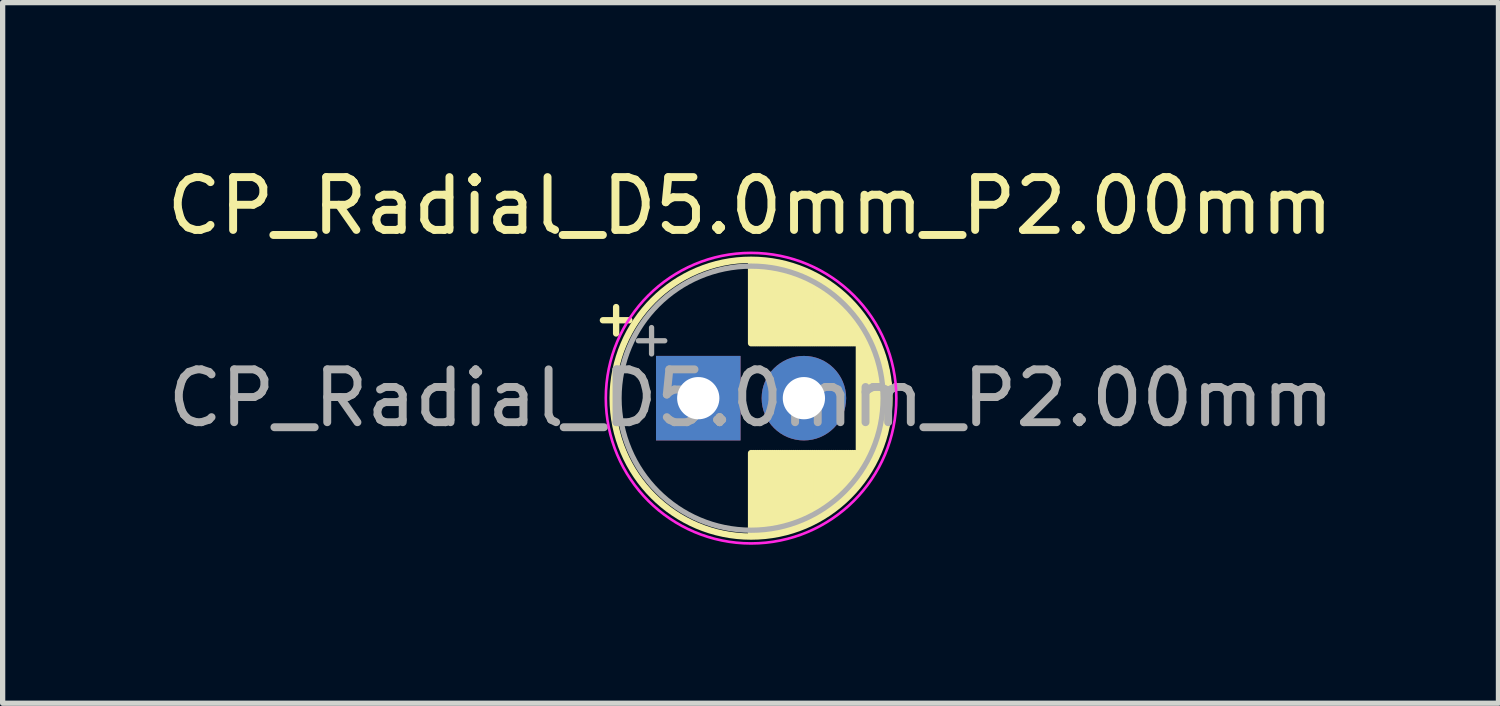
<source format=kicad_pcb>
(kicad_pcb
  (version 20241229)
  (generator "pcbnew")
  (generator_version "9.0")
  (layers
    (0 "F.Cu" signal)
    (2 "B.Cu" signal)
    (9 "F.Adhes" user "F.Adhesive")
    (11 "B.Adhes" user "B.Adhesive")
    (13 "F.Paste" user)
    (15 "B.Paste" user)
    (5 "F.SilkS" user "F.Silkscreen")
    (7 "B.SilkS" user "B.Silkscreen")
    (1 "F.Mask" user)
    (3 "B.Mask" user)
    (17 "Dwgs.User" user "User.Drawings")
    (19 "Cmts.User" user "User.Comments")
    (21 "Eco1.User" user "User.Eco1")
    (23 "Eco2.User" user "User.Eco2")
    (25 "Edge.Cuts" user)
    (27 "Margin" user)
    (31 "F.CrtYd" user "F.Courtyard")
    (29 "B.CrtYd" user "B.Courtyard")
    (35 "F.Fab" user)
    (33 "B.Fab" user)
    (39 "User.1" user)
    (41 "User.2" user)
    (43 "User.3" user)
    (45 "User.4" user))
  (footprint "CP_Radial_D5.0mm_P2.00mm"
    (layer "F.Cu")
    (at 10.169 4.488)
    (property "Reference" "CP_Radial_D5.0mm_P2.00mm" (at 0.98 -3.64 0) (layer "F.SilkS") (effects (font (size 1 1) (thickness 0.15))))
    (attr through_hole)
    (fp_line (start -1.805 -1.475) (end -1.305 -1.475) (stroke (width 0.12) (type solid)) (layer "F.SilkS"))
    (fp_line (start -1.555 -1.725) (end -1.555 -1.225) (stroke (width 0.12) (type solid)) (layer "F.SilkS"))
    (fp_line (start 1 -2.58) (end 1 -1.04) (stroke (width 0.12) (type solid)) (layer "F.SilkS"))
    (fp_line (start 1 1.04) (end 1 2.58) (stroke (width 0.12) (type solid)) (layer "F.SilkS"))
    (fp_line (start 1.04 -2.58) (end 1.04 -1.04) (stroke (width 0.12) (type solid)) (layer "F.SilkS"))
    (fp_line (start 1.04 1.04) (end 1.04 2.58) (stroke (width 0.12) (type solid)) (layer "F.SilkS"))
    (fp_line (start 1.08 -2.579) (end 1.08 -1.04) (stroke (width 0.12) (type solid)) (layer "F.SilkS"))
    (fp_line (start 1.08 1.04) (end 1.08 2.579) (stroke (width 0.12) (type solid)) (layer "F.SilkS"))
    (fp_line (start 1.12 -2.578) (end 1.12 -1.04) (stroke (width 0.12) (type solid)) (layer "F.SilkS"))
    (fp_line (start 1.12 1.04) (end 1.12 2.578) (stroke (width 0.12) (type solid)) (layer "F.SilkS"))
    (fp_line (start 1.16 -2.576) (end 1.16 -1.04) (stroke (width 0.12) (type solid)) (layer "F.SilkS"))
    (fp_line (start 1.16 1.04) (end 1.16 2.576) (stroke (width 0.12) (type solid)) (layer "F.SilkS"))
    (fp_line (start 1.2 -2.573) (end 1.2 -1.04) (stroke (width 0.12) (type solid)) (layer "F.SilkS"))
    (fp_line (start 1.2 1.04) (end 1.2 2.573) (stroke (width 0.12) (type solid)) (layer "F.SilkS"))
    (fp_line (start 1.24 -2.569) (end 1.24 -1.04) (stroke (width 0.12) (type solid)) (layer "F.SilkS"))
    (fp_line (start 1.24 1.04) (end 1.24 2.569) (stroke (width 0.12) (type solid)) (layer "F.SilkS"))
    (fp_line (start 1.28 -2.565) (end 1.28 -1.04) (stroke (width 0.12) (type solid)) (layer "F.SilkS"))
    (fp_line (start 1.28 1.04) (end 1.28 2.565) (stroke (width 0.12) (type solid)) (layer "F.SilkS"))
    (fp_line (start 1.32 -2.561) (end 1.32 -1.04) (stroke (width 0.12) (type solid)) (layer "F.SilkS"))
    (fp_line (start 1.32 1.04) (end 1.32 2.561) (stroke (width 0.12) (type solid)) (layer "F.SilkS"))
    (fp_line (start 1.36 -2.556) (end 1.36 -1.04) (stroke (width 0.12) (type solid)) (layer "F.SilkS"))
    (fp_line (start 1.36 1.04) (end 1.36 2.556) (stroke (width 0.12) (type solid)) (layer "F.SilkS"))
    (fp_line (start 1.4 -2.55) (end 1.4 -1.04) (stroke (width 0.12) (type solid)) (layer "F.SilkS"))
    (fp_line (start 1.4 1.04) (end 1.4 2.55) (stroke (width 0.12) (type solid)) (layer "F.SilkS"))
    (fp_line (start 1.44 -2.543) (end 1.44 -1.04) (stroke (width 0.12) (type solid)) (layer "F.SilkS"))
    (fp_line (start 1.44 1.04) (end 1.44 2.543) (stroke (width 0.12) (type solid)) (layer "F.SilkS"))
    (fp_line (start 1.48 -2.536) (end 1.48 -1.04) (stroke (width 0.12) (type solid)) (layer "F.SilkS"))
    (fp_line (start 1.48 1.04) (end 1.48 2.536) (stroke (width 0.12) (type solid)) (layer "F.SilkS"))
    (fp_line (start 1.52 -2.528) (end 1.52 -1.04) (stroke (width 0.12) (type solid)) (layer "F.SilkS"))
    (fp_line (start 1.52 1.04) (end 1.52 2.528) (stroke (width 0.12) (type solid)) (layer "F.SilkS"))
    (fp_line (start 1.56 -2.52) (end 1.56 -1.04) (stroke (width 0.12) (type solid)) (layer "F.SilkS"))
    (fp_line (start 1.56 1.04) (end 1.56 2.52) (stroke (width 0.12) (type solid)) (layer "F.SilkS"))
    (fp_line (start 1.6 -2.511) (end 1.6 -1.04) (stroke (width 0.12) (type solid)) (layer "F.SilkS"))
    (fp_line (start 1.6 1.04) (end 1.6 2.511) (stroke (width 0.12) (type solid)) (layer "F.SilkS"))
    (fp_line (start 1.64 -2.501) (end 1.64 -1.04) (stroke (width 0.12) (type solid)) (layer "F.SilkS"))
    (fp_line (start 1.64 1.04) (end 1.64 2.501) (stroke (width 0.12) (type solid)) (layer "F.SilkS"))
    (fp_line (start 1.68 -2.491) (end 1.68 -1.04) (stroke (width 0.12) (type solid)) (layer "F.SilkS"))
    (fp_line (start 1.68 1.04) (end 1.68 2.491) (stroke (width 0.12) (type solid)) (layer "F.SilkS"))
    (fp_line (start 1.721 -2.48) (end 1.721 -1.04) (stroke (width 0.12) (type solid)) (layer "F.SilkS"))
    (fp_line (start 1.721 1.04) (end 1.721 2.48) (stroke (width 0.12) (type solid)) (layer "F.SilkS"))
    (fp_line (start 1.761 -2.468) (end 1.761 -1.04) (stroke (width 0.12) (type solid)) (layer "F.SilkS"))
    (fp_line (start 1.761 1.04) (end 1.761 2.468) (stroke (width 0.12) (type solid)) (layer "F.SilkS"))
    (fp_line (start 1.801 -2.455) (end 1.801 -1.04) (stroke (width 0.12) (type solid)) (layer "F.SilkS"))
    (fp_line (start 1.801 1.04) (end 1.801 2.455) (stroke (width 0.12) (type solid)) (layer "F.SilkS"))
    (fp_line (start 1.841 -2.442) (end 1.841 -1.04) (stroke (width 0.12) (type solid)) (layer "F.SilkS"))
    (fp_line (start 1.841 1.04) (end 1.841 2.442) (stroke (width 0.12) (type solid)) (layer "F.SilkS"))
    (fp_line (start 1.881 -2.428) (end 1.881 -1.04) (stroke (width 0.12) (type solid)) (layer "F.SilkS"))
    (fp_line (start 1.881 1.04) (end 1.881 2.428) (stroke (width 0.12) (type solid)) (layer "F.SilkS"))
    (fp_line (start 1.921 -2.414) (end 1.921 -1.04) (stroke (width 0.12) (type solid)) (layer "F.SilkS"))
    (fp_line (start 1.921 1.04) (end 1.921 2.414) (stroke (width 0.12) (type solid)) (layer "F.SilkS"))
    (fp_line (start 1.961 -2.398) (end 1.961 -1.04) (stroke (width 0.12) (type solid)) (layer "F.SilkS"))
    (fp_line (start 1.961 1.04) (end 1.961 2.398) (stroke (width 0.12) (type solid)) (layer "F.SilkS"))
    (fp_line (start 2.001 -2.382) (end 2.001 -1.04) (stroke (width 0.12) (type solid)) (layer "F.SilkS"))
    (fp_line (start 2.001 1.04) (end 2.001 2.382) (stroke (width 0.12) (type solid)) (layer "F.SilkS"))
    (fp_line (start 2.041 -2.365) (end 2.041 -1.04) (stroke (width 0.12) (type solid)) (layer "F.SilkS"))
    (fp_line (start 2.041 1.04) (end 2.041 2.365) (stroke (width 0.12) (type solid)) (layer "F.SilkS"))
    (fp_line (start 2.081 -2.348) (end 2.081 -1.04) (stroke (width 0.12) (type solid)) (layer "F.SilkS"))
    (fp_line (start 2.081 1.04) (end 2.081 2.348) (stroke (width 0.12) (type solid)) (layer "F.SilkS"))
    (fp_line (start 2.121 -2.329) (end 2.121 -1.04) (stroke (width 0.12) (type solid)) (layer "F.SilkS"))
    (fp_line (start 2.121 1.04) (end 2.121 2.329) (stroke (width 0.12) (type solid)) (layer "F.SilkS"))
    (fp_line (start 2.161 -2.31) (end 2.161 -1.04) (stroke (width 0.12) (type solid)) (layer "F.SilkS"))
    (fp_line (start 2.161 1.04) (end 2.161 2.31) (stroke (width 0.12) (type solid)) (layer "F.SilkS"))
    (fp_line (start 2.201 -2.29) (end 2.201 -1.04) (stroke (width 0.12) (type solid)) (layer "F.SilkS"))
    (fp_line (start 2.201 1.04) (end 2.201 2.29) (stroke (width 0.12) (type solid)) (layer "F.SilkS"))
    (fp_line (start 2.241 -2.268) (end 2.241 -1.04) (stroke (width 0.12) (type solid)) (layer "F.SilkS"))
    (fp_line (start 2.241 1.04) (end 2.241 2.268) (stroke (width 0.12) (type solid)) (layer "F.SilkS"))
    (fp_line (start 2.281 -2.247) (end 2.281 -1.04) (stroke (width 0.12) (type solid)) (layer "F.SilkS"))
    (fp_line (start 2.281 1.04) (end 2.281 2.247) (stroke (width 0.12) (type solid)) (layer "F.SilkS"))
    (fp_line (start 2.321 -2.224) (end 2.321 -1.04) (stroke (width 0.12) (type solid)) (layer "F.SilkS"))
    (fp_line (start 2.321 1.04) (end 2.321 2.224) (stroke (width 0.12) (type solid)) (layer "F.SilkS"))
    (fp_line (start 2.361 -2.2) (end 2.361 -1.04) (stroke (width 0.12) (type solid)) (layer "F.SilkS"))
    (fp_line (start 2.361 1.04) (end 2.361 2.2) (stroke (width 0.12) (type solid)) (layer "F.SilkS"))
    (fp_line (start 2.401 -2.175) (end 2.401 -1.04) (stroke (width 0.12) (type solid)) (layer "F.SilkS"))
    (fp_line (start 2.401 1.04) (end 2.401 2.175) (stroke (width 0.12) (type solid)) (layer "F.SilkS"))
    (fp_line (start 2.441 -2.149) (end 2.441 -1.04) (stroke (width 0.12) (type solid)) (layer "F.SilkS"))
    (fp_line (start 2.441 1.04) (end 2.441 2.149) (stroke (width 0.12) (type solid)) (layer "F.SilkS"))
    (fp_line (start 2.481 -2.122) (end 2.481 -1.04) (stroke (width 0.12) (type solid)) (layer "F.SilkS"))
    (fp_line (start 2.481 1.04) (end 2.481 2.122) (stroke (width 0.12) (type solid)) (layer "F.SilkS"))
    (fp_line (start 2.521 -2.095) (end 2.521 -1.04) (stroke (width 0.12) (type solid)) (layer "F.SilkS"))
    (fp_line (start 2.521 1.04) (end 2.521 2.095) (stroke (width 0.12) (type solid)) (layer "F.SilkS"))
    (fp_line (start 2.561 -2.065) (end 2.561 -1.04) (stroke (width 0.12) (type solid)) (layer "F.SilkS"))
    (fp_line (start 2.561 1.04) (end 2.561 2.065) (stroke (width 0.12) (type solid)) (layer "F.SilkS"))
    (fp_line (start 2.601 -2.035) (end 2.601 -1.04) (stroke (width 0.12) (type solid)) (layer "F.SilkS"))
    (fp_line (start 2.601 1.04) (end 2.601 2.035) (stroke (width 0.12) (type solid)) (layer "F.SilkS"))
    (fp_line (start 2.641 -2.004) (end 2.641 -1.04) (stroke (width 0.12) (type solid)) (layer "F.SilkS"))
    (fp_line (start 2.641 1.04) (end 2.641 2.004) (stroke (width 0.12) (type solid)) (layer "F.SilkS"))
    (fp_line (start 2.681 -1.971) (end 2.681 -1.04) (stroke (width 0.12) (type solid)) (layer "F.SilkS"))
    (fp_line (start 2.681 1.04) (end 2.681 1.971) (stroke (width 0.12) (type solid)) (layer "F.SilkS"))
    (fp_line (start 2.721 -1.937) (end 2.721 -1.04) (stroke (width 0.12) (type solid)) (layer "F.SilkS"))
    (fp_line (start 2.721 1.04) (end 2.721 1.937) (stroke (width 0.12) (type solid)) (layer "F.SilkS"))
    (fp_line (start 2.761 -1.901) (end 2.761 -1.04) (stroke (width 0.12) (type solid)) (layer "F.SilkS"))
    (fp_line (start 2.761 1.04) (end 2.761 1.901) (stroke (width 0.12) (type solid)) (layer "F.SilkS"))
    (fp_line (start 2.801 -1.864) (end 2.801 -1.04) (stroke (width 0.12) (type solid)) (layer "F.SilkS"))
    (fp_line (start 2.801 1.04) (end 2.801 1.864) (stroke (width 0.12) (type solid)) (layer "F.SilkS"))
    (fp_line (start 2.841 -1.826) (end 2.841 -1.04) (stroke (width 0.12) (type solid)) (layer "F.SilkS"))
    (fp_line (start 2.841 1.04) (end 2.841 1.826) (stroke (width 0.12) (type solid)) (layer "F.SilkS"))
    (fp_line (start 2.881 -1.785) (end 2.881 -1.04) (stroke (width 0.12) (type solid)) (layer "F.SilkS"))
    (fp_line (start 2.881 1.04) (end 2.881 1.785) (stroke (width 0.12) (type solid)) (layer "F.SilkS"))
    (fp_line (start 2.921 -1.743) (end 2.921 -1.04) (stroke (width 0.12) (type solid)) (layer "F.SilkS"))
    (fp_line (start 2.921 1.04) (end 2.921 1.743) (stroke (width 0.12) (type solid)) (layer "F.SilkS"))
    (fp_line (start 2.961 -1.699) (end 2.961 -1.04) (stroke (width 0.12) (type solid)) (layer "F.SilkS"))
    (fp_line (start 2.961 1.04) (end 2.961 1.699) (stroke (width 0.12) (type solid)) (layer "F.SilkS"))
    (fp_line (start 3.001 -1.653) (end 3.001 -1.04) (stroke (width 0.12) (type solid)) (layer "F.SilkS"))
    (fp_line (start 3.001 1.04) (end 3.001 1.653) (stroke (width 0.12) (type solid)) (layer "F.SilkS"))
    (fp_line (start 3.041 -1.605) (end 3.041 1.605) (stroke (width 0.12) (type solid)) (layer "F.SilkS"))
    (fp_line (start 3.081 -1.554) (end 3.081 1.554) (stroke (width 0.12) (type solid)) (layer "F.SilkS"))
    (fp_line (start 3.121 -1.5) (end 3.121 1.5) (stroke (width 0.12) (type solid)) (layer "F.SilkS"))
    (fp_line (start 3.161 -1.443) (end 3.161 1.443) (stroke (width 0.12) (type solid)) (layer "F.SilkS"))
    (fp_line (start 3.201 -1.383) (end 3.201 1.383) (stroke (width 0.12) (type solid)) (layer "F.SilkS"))
    (fp_line (start 3.241 -1.319) (end 3.241 1.319) (stroke (width 0.12) (type solid)) (layer "F.SilkS"))
    (fp_line (start 3.281 -1.251) (end 3.281 1.251) (stroke (width 0.12) (type solid)) (layer "F.SilkS"))
    (fp_line (start 3.321 -1.178) (end 3.321 1.178) (stroke (width 0.12) (type solid)) (layer "F.SilkS"))
    (fp_line (start 3.361 -1.098) (end 3.361 1.098) (stroke (width 0.12) (type solid)) (layer "F.SilkS"))
    (fp_line (start 3.401 -1.011) (end 3.401 1.011) (stroke (width 0.12) (type solid)) (layer "F.SilkS"))
    (fp_line (start 3.441 -0.915) (end 3.441 0.915) (stroke (width 0.12) (type solid)) (layer "F.SilkS"))
    (fp_line (start 3.481 -0.805) (end 3.481 0.805) (stroke (width 0.12) (type solid)) (layer "F.SilkS"))
    (fp_line (start 3.521 -0.677) (end 3.521 0.677) (stroke (width 0.12) (type solid)) (layer "F.SilkS"))
    (fp_line (start 3.561 -0.518) (end 3.561 0.518) (stroke (width 0.12) (type solid)) (layer "F.SilkS"))
    (fp_line (start 3.601 -0.284) (end 3.601 0.284) (stroke (width 0.12) (type solid)) (layer "F.SilkS"))
    (fp_circle (center 1 0) (end 3.62 0) (stroke (width 0.12) (type solid)) (fill no) (layer "F.SilkS"))
    (fp_circle (center 1 0) (end 3.75 0) (stroke (width 0.05) (type solid)) (fill no) (layer "F.CrtYd"))
    (fp_line (start -1.134 -1.087) (end -0.634 -1.087) (stroke (width 0.1) (type solid)) (layer "F.Fab"))
    (fp_line (start -0.884 -1.337) (end -0.884 -0.838) (stroke (width 0.1) (type solid)) (layer "F.Fab"))
    (fp_circle (center 1 0) (end 3.5 0) (stroke (width 0.1) (type solid)) (fill no) (layer "F.Fab"))
    (fp_text user "${REFERENCE}" (at 1 0 0) (layer "F.Fab") (effects (font (size 1 1) (thickness 0.15))))
    (pad "1" thru_hole rect (at 0 0) (size 1.6 1.6) (drill 0.8) (layers "*.Cu" "*.Mask"))
    (pad "2" thru_hole circle (at 2 0) (size 1.6 1.6) (drill 0.8) (layers "*.Cu" "*.Mask")))
  (gr_rect
    (start -3 -3)
    (end 25.318 10.263)
    (stroke (width 0.1) (type default))
    (fill no)
    (layer "Edge.Cuts")))
</source>
